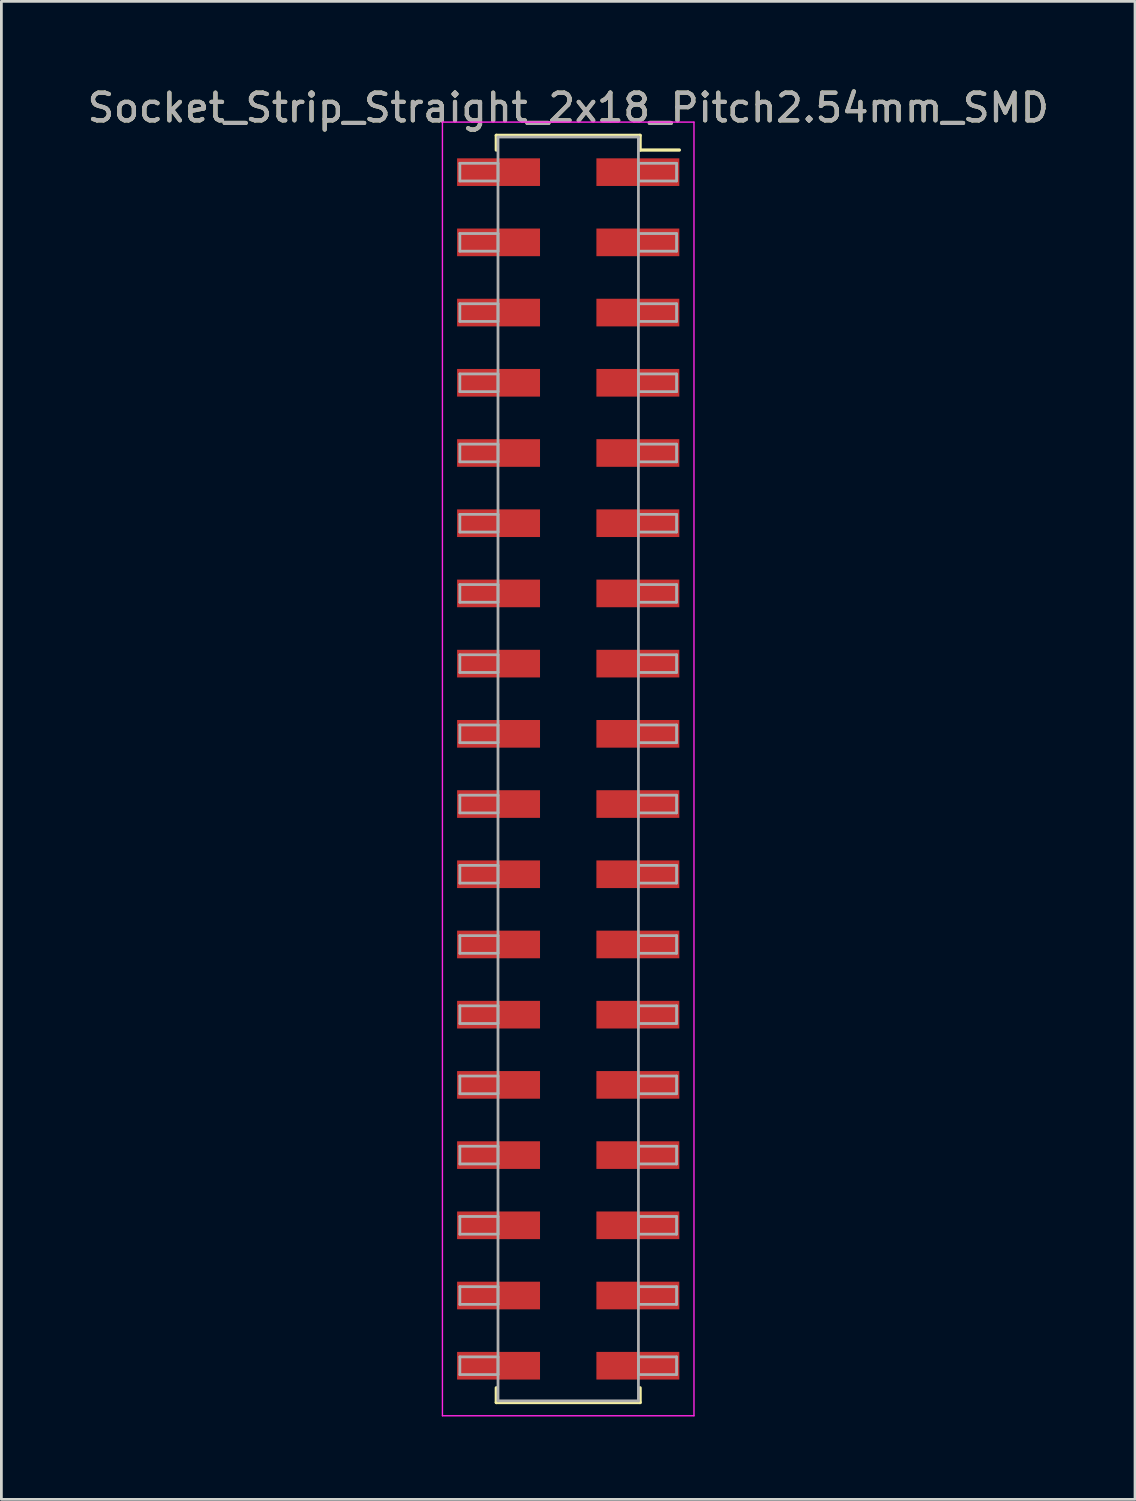
<source format=kicad_pcb>
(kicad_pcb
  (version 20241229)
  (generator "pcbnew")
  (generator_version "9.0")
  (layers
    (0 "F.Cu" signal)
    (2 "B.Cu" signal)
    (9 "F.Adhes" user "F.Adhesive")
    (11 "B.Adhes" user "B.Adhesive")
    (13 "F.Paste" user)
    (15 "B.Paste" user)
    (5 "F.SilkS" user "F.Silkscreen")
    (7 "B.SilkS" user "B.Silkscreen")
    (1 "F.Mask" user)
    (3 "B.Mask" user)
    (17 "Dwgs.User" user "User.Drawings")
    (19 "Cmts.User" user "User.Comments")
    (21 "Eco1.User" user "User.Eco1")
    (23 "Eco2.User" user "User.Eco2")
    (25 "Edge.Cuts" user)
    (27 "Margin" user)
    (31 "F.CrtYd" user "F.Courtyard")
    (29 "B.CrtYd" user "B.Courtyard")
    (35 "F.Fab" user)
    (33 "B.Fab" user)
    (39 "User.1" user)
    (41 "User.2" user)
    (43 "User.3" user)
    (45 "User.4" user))
  (footprint "Socket_Strip_Straight_2x18_Pitch2.54mm_SMD"
    (layer "F.Cu")
    (at 17.506 24.768)
    (property "Reference" "Socket_Strip_Straight_2x18_Pitch2.54mm_SMD" (at 0 -23.92 0) (layer "F.SilkS") (effects (font (size 1 1) (thickness 0.15))))
    (attr smd)
    (fp_line (start -2.6 -22.92) (end 2.6 -22.92) (stroke (width 0.12) (type solid)) (layer "F.SilkS"))
    (fp_line (start -2.6 -22.39) (end -2.6 -22.92) (stroke (width 0.12) (type solid)) (layer "F.SilkS"))
    (fp_line (start -2.6 22.39) (end -2.6 22.92) (stroke (width 0.12) (type solid)) (layer "F.SilkS"))
    (fp_line (start -2.6 22.92) (end 2.6 22.92) (stroke (width 0.12) (type solid)) (layer "F.SilkS"))
    (fp_line (start 2.6 -22.92) (end 2.6 -22.39) (stroke (width 0.12) (type solid)) (layer "F.SilkS"))
    (fp_line (start 2.6 22.92) (end 2.6 22.39) (stroke (width 0.12) (type solid)) (layer "F.SilkS"))
    (fp_line (start 4.02 -22.39) (end 2.6 -22.39) (stroke (width 0.12) (type solid)) (layer "F.SilkS"))
    (fp_line (start -4.55 -23.4) (end -4.55 23.4) (stroke (width 0.05) (type solid)) (layer "F.CrtYd"))
    (fp_line (start -4.55 23.4) (end 4.55 23.4) (stroke (width 0.05) (type solid)) (layer "F.CrtYd"))
    (fp_line (start 4.55 -23.4) (end -4.55 -23.4) (stroke (width 0.05) (type solid)) (layer "F.CrtYd"))
    (fp_line (start 4.55 23.4) (end 4.55 -23.4) (stroke (width 0.05) (type solid)) (layer "F.CrtYd"))
    (fp_line (start -3.92 -21.91) (end -2.54 -21.91) (stroke (width 0.1) (type solid)) (layer "F.Fab"))
    (fp_line (start -3.92 -21.27) (end -3.92 -21.91) (stroke (width 0.1) (type solid)) (layer "F.Fab"))
    (fp_line (start -3.92 -19.37) (end -2.54 -19.37) (stroke (width 0.1) (type solid)) (layer "F.Fab"))
    (fp_line (start -3.92 -18.73) (end -3.92 -19.37) (stroke (width 0.1) (type solid)) (layer "F.Fab"))
    (fp_line (start -3.92 -16.83) (end -2.54 -16.83) (stroke (width 0.1) (type solid)) (layer "F.Fab"))
    (fp_line (start -3.92 -16.19) (end -3.92 -16.83) (stroke (width 0.1) (type solid)) (layer "F.Fab"))
    (fp_line (start -3.92 -14.29) (end -2.54 -14.29) (stroke (width 0.1) (type solid)) (layer "F.Fab"))
    (fp_line (start -3.92 -13.65) (end -3.92 -14.29) (stroke (width 0.1) (type solid)) (layer "F.Fab"))
    (fp_line (start -3.92 -11.75) (end -2.54 -11.75) (stroke (width 0.1) (type solid)) (layer "F.Fab"))
    (fp_line (start -3.92 -11.11) (end -3.92 -11.75) (stroke (width 0.1) (type solid)) (layer "F.Fab"))
    (fp_line (start -3.92 -9.21) (end -2.54 -9.21) (stroke (width 0.1) (type solid)) (layer "F.Fab"))
    (fp_line (start -3.92 -8.57) (end -3.92 -9.21) (stroke (width 0.1) (type solid)) (layer "F.Fab"))
    (fp_line (start -3.92 -6.67) (end -2.54 -6.67) (stroke (width 0.1) (type solid)) (layer "F.Fab"))
    (fp_line (start -3.92 -6.03) (end -3.92 -6.67) (stroke (width 0.1) (type solid)) (layer "F.Fab"))
    (fp_line (start -3.92 -4.13) (end -2.54 -4.13) (stroke (width 0.1) (type solid)) (layer "F.Fab"))
    (fp_line (start -3.92 -3.49) (end -3.92 -4.13) (stroke (width 0.1) (type solid)) (layer "F.Fab"))
    (fp_line (start -3.92 -1.59) (end -2.54 -1.59) (stroke (width 0.1) (type solid)) (layer "F.Fab"))
    (fp_line (start -3.92 -0.95) (end -3.92 -1.59) (stroke (width 0.1) (type solid)) (layer "F.Fab"))
    (fp_line (start -3.92 0.95) (end -2.54 0.95) (stroke (width 0.1) (type solid)) (layer "F.Fab"))
    (fp_line (start -3.92 1.59) (end -3.92 0.95) (stroke (width 0.1) (type solid)) (layer "F.Fab"))
    (fp_line (start -3.92 3.49) (end -2.54 3.49) (stroke (width 0.1) (type solid)) (layer "F.Fab"))
    (fp_line (start -3.92 4.13) (end -3.92 3.49) (stroke (width 0.1) (type solid)) (layer "F.Fab"))
    (fp_line (start -3.92 6.03) (end -2.54 6.03) (stroke (width 0.1) (type solid)) (layer "F.Fab"))
    (fp_line (start -3.92 6.67) (end -3.92 6.03) (stroke (width 0.1) (type solid)) (layer "F.Fab"))
    (fp_line (start -3.92 8.57) (end -2.54 8.57) (stroke (width 0.1) (type solid)) (layer "F.Fab"))
    (fp_line (start -3.92 9.21) (end -3.92 8.57) (stroke (width 0.1) (type solid)) (layer "F.Fab"))
    (fp_line (start -3.92 11.11) (end -2.54 11.11) (stroke (width 0.1) (type solid)) (layer "F.Fab"))
    (fp_line (start -3.92 11.75) (end -3.92 11.11) (stroke (width 0.1) (type solid)) (layer "F.Fab"))
    (fp_line (start -3.92 13.65) (end -2.54 13.65) (stroke (width 0.1) (type solid)) (layer "F.Fab"))
    (fp_line (start -3.92 14.29) (end -3.92 13.65) (stroke (width 0.1) (type solid)) (layer "F.Fab"))
    (fp_line (start -3.92 16.19) (end -2.54 16.19) (stroke (width 0.1) (type solid)) (layer "F.Fab"))
    (fp_line (start -3.92 16.83) (end -3.92 16.19) (stroke (width 0.1) (type solid)) (layer "F.Fab"))
    (fp_line (start -3.92 18.73) (end -2.54 18.73) (stroke (width 0.1) (type solid)) (layer "F.Fab"))
    (fp_line (start -3.92 19.37) (end -3.92 18.73) (stroke (width 0.1) (type solid)) (layer "F.Fab"))
    (fp_line (start -3.92 21.27) (end -2.54 21.27) (stroke (width 0.1) (type solid)) (layer "F.Fab"))
    (fp_line (start -3.92 21.91) (end -3.92 21.27) (stroke (width 0.1) (type solid)) (layer "F.Fab"))
    (fp_line (start -2.54 -22.86) (end -2.54 22.86) (stroke (width 0.1) (type solid)) (layer "F.Fab"))
    (fp_line (start -2.54 -21.91) (end -2.54 -21.27) (stroke (width 0.1) (type solid)) (layer "F.Fab"))
    (fp_line (start -2.54 -21.27) (end -3.92 -21.27) (stroke (width 0.1) (type solid)) (layer "F.Fab"))
    (fp_line (start -2.54 -19.37) (end -2.54 -18.73) (stroke (width 0.1) (type solid)) (layer "F.Fab"))
    (fp_line (start -2.54 -18.73) (end -3.92 -18.73) (stroke (width 0.1) (type solid)) (layer "F.Fab"))
    (fp_line (start -2.54 -16.83) (end -2.54 -16.19) (stroke (width 0.1) (type solid)) (layer "F.Fab"))
    (fp_line (start -2.54 -16.19) (end -3.92 -16.19) (stroke (width 0.1) (type solid)) (layer "F.Fab"))
    (fp_line (start -2.54 -14.29) (end -2.54 -13.65) (stroke (width 0.1) (type solid)) (layer "F.Fab"))
    (fp_line (start -2.54 -13.65) (end -3.92 -13.65) (stroke (width 0.1) (type solid)) (layer "F.Fab"))
    (fp_line (start -2.54 -11.75) (end -2.54 -11.11) (stroke (width 0.1) (type solid)) (layer "F.Fab"))
    (fp_line (start -2.54 -11.11) (end -3.92 -11.11) (stroke (width 0.1) (type solid)) (layer "F.Fab"))
    (fp_line (start -2.54 -9.21) (end -2.54 -8.57) (stroke (width 0.1) (type solid)) (layer "F.Fab"))
    (fp_line (start -2.54 -8.57) (end -3.92 -8.57) (stroke (width 0.1) (type solid)) (layer "F.Fab"))
    (fp_line (start -2.54 -6.67) (end -2.54 -6.03) (stroke (width 0.1) (type solid)) (layer "F.Fab"))
    (fp_line (start -2.54 -6.03) (end -3.92 -6.03) (stroke (width 0.1) (type solid)) (layer "F.Fab"))
    (fp_line (start -2.54 -4.13) (end -2.54 -3.49) (stroke (width 0.1) (type solid)) (layer "F.Fab"))
    (fp_line (start -2.54 -3.49) (end -3.92 -3.49) (stroke (width 0.1) (type solid)) (layer "F.Fab"))
    (fp_line (start -2.54 -1.59) (end -2.54 -0.95) (stroke (width 0.1) (type solid)) (layer "F.Fab"))
    (fp_line (start -2.54 -0.95) (end -3.92 -0.95) (stroke (width 0.1) (type solid)) (layer "F.Fab"))
    (fp_line (start -2.54 0.95) (end -2.54 1.59) (stroke (width 0.1) (type solid)) (layer "F.Fab"))
    (fp_line (start -2.54 1.59) (end -3.92 1.59) (stroke (width 0.1) (type solid)) (layer "F.Fab"))
    (fp_line (start -2.54 3.49) (end -2.54 4.13) (stroke (width 0.1) (type solid)) (layer "F.Fab"))
    (fp_line (start -2.54 4.13) (end -3.92 4.13) (stroke (width 0.1) (type solid)) (layer "F.Fab"))
    (fp_line (start -2.54 6.03) (end -2.54 6.67) (stroke (width 0.1) (type solid)) (layer "F.Fab"))
    (fp_line (start -2.54 6.67) (end -3.92 6.67) (stroke (width 0.1) (type solid)) (layer "F.Fab"))
    (fp_line (start -2.54 8.57) (end -2.54 9.21) (stroke (width 0.1) (type solid)) (layer "F.Fab"))
    (fp_line (start -2.54 9.21) (end -3.92 9.21) (stroke (width 0.1) (type solid)) (layer "F.Fab"))
    (fp_line (start -2.54 11.11) (end -2.54 11.75) (stroke (width 0.1) (type solid)) (layer "F.Fab"))
    (fp_line (start -2.54 11.75) (end -3.92 11.75) (stroke (width 0.1) (type solid)) (layer "F.Fab"))
    (fp_line (start -2.54 13.65) (end -2.54 14.29) (stroke (width 0.1) (type solid)) (layer "F.Fab"))
    (fp_line (start -2.54 14.29) (end -3.92 14.29) (stroke (width 0.1) (type solid)) (layer "F.Fab"))
    (fp_line (start -2.54 16.19) (end -2.54 16.83) (stroke (width 0.1) (type solid)) (layer "F.Fab"))
    (fp_line (start -2.54 16.83) (end -3.92 16.83) (stroke (width 0.1) (type solid)) (layer "F.Fab"))
    (fp_line (start -2.54 18.73) (end -2.54 19.37) (stroke (width 0.1) (type solid)) (layer "F.Fab"))
    (fp_line (start -2.54 19.37) (end -3.92 19.37) (stroke (width 0.1) (type solid)) (layer "F.Fab"))
    (fp_line (start -2.54 21.27) (end -2.54 21.91) (stroke (width 0.1) (type solid)) (layer "F.Fab"))
    (fp_line (start -2.54 21.91) (end -3.92 21.91) (stroke (width 0.1) (type solid)) (layer "F.Fab"))
    (fp_line (start -2.54 22.86) (end 2.54 22.86) (stroke (width 0.1) (type solid)) (layer "F.Fab"))
    (fp_line (start 2.54 -22.86) (end -2.54 -22.86) (stroke (width 0.1) (type solid)) (layer "F.Fab"))
    (fp_line (start 2.54 -21.91) (end 2.54 -21.27) (stroke (width 0.1) (type solid)) (layer "F.Fab"))
    (fp_line (start 2.54 -21.27) (end 3.92 -21.27) (stroke (width 0.1) (type solid)) (layer "F.Fab"))
    (fp_line (start 2.54 -19.37) (end 2.54 -18.73) (stroke (width 0.1) (type solid)) (layer "F.Fab"))
    (fp_line (start 2.54 -18.73) (end 3.92 -18.73) (stroke (width 0.1) (type solid)) (layer "F.Fab"))
    (fp_line (start 2.54 -16.83) (end 2.54 -16.19) (stroke (width 0.1) (type solid)) (layer "F.Fab"))
    (fp_line (start 2.54 -16.19) (end 3.92 -16.19) (stroke (width 0.1) (type solid)) (layer "F.Fab"))
    (fp_line (start 2.54 -14.29) (end 2.54 -13.65) (stroke (width 0.1) (type solid)) (layer "F.Fab"))
    (fp_line (start 2.54 -13.65) (end 3.92 -13.65) (stroke (width 0.1) (type solid)) (layer "F.Fab"))
    (fp_line (start 2.54 -11.75) (end 2.54 -11.11) (stroke (width 0.1) (type solid)) (layer "F.Fab"))
    (fp_line (start 2.54 -11.11) (end 3.92 -11.11) (stroke (width 0.1) (type solid)) (layer "F.Fab"))
    (fp_line (start 2.54 -9.21) (end 2.54 -8.57) (stroke (width 0.1) (type solid)) (layer "F.Fab"))
    (fp_line (start 2.54 -8.57) (end 3.92 -8.57) (stroke (width 0.1) (type solid)) (layer "F.Fab"))
    (fp_line (start 2.54 -6.67) (end 2.54 -6.03) (stroke (width 0.1) (type solid)) (layer "F.Fab"))
    (fp_line (start 2.54 -6.03) (end 3.92 -6.03) (stroke (width 0.1) (type solid)) (layer "F.Fab"))
    (fp_line (start 2.54 -4.13) (end 2.54 -3.49) (stroke (width 0.1) (type solid)) (layer "F.Fab"))
    (fp_line (start 2.54 -3.49) (end 3.92 -3.49) (stroke (width 0.1) (type solid)) (layer "F.Fab"))
    (fp_line (start 2.54 -1.59) (end 2.54 -0.95) (stroke (width 0.1) (type solid)) (layer "F.Fab"))
    (fp_line (start 2.54 -0.95) (end 3.92 -0.95) (stroke (width 0.1) (type solid)) (layer "F.Fab"))
    (fp_line (start 2.54 0.95) (end 2.54 1.59) (stroke (width 0.1) (type solid)) (layer "F.Fab"))
    (fp_line (start 2.54 1.59) (end 3.92 1.59) (stroke (width 0.1) (type solid)) (layer "F.Fab"))
    (fp_line (start 2.54 3.49) (end 2.54 4.13) (stroke (width 0.1) (type solid)) (layer "F.Fab"))
    (fp_line (start 2.54 4.13) (end 3.92 4.13) (stroke (width 0.1) (type solid)) (layer "F.Fab"))
    (fp_line (start 2.54 6.03) (end 2.54 6.67) (stroke (width 0.1) (type solid)) (layer "F.Fab"))
    (fp_line (start 2.54 6.67) (end 3.92 6.67) (stroke (width 0.1) (type solid)) (layer "F.Fab"))
    (fp_line (start 2.54 8.57) (end 2.54 9.21) (stroke (width 0.1) (type solid)) (layer "F.Fab"))
    (fp_line (start 2.54 9.21) (end 3.92 9.21) (stroke (width 0.1) (type solid)) (layer "F.Fab"))
    (fp_line (start 2.54 11.11) (end 2.54 11.75) (stroke (width 0.1) (type solid)) (layer "F.Fab"))
    (fp_line (start 2.54 11.75) (end 3.92 11.75) (stroke (width 0.1) (type solid)) (layer "F.Fab"))
    (fp_line (start 2.54 13.65) (end 2.54 14.29) (stroke (width 0.1) (type solid)) (layer "F.Fab"))
    (fp_line (start 2.54 14.29) (end 3.92 14.29) (stroke (width 0.1) (type solid)) (layer "F.Fab"))
    (fp_line (start 2.54 16.19) (end 2.54 16.83) (stroke (width 0.1) (type solid)) (layer "F.Fab"))
    (fp_line (start 2.54 16.83) (end 3.92 16.83) (stroke (width 0.1) (type solid)) (layer "F.Fab"))
    (fp_line (start 2.54 18.73) (end 2.54 19.37) (stroke (width 0.1) (type solid)) (layer "F.Fab"))
    (fp_line (start 2.54 19.37) (end 3.92 19.37) (stroke (width 0.1) (type solid)) (layer "F.Fab"))
    (fp_line (start 2.54 21.27) (end 2.54 21.91) (stroke (width 0.1) (type solid)) (layer "F.Fab"))
    (fp_line (start 2.54 21.91) (end 3.92 21.91) (stroke (width 0.1) (type solid)) (layer "F.Fab"))
    (fp_line (start 2.54 22.86) (end 2.54 -22.86) (stroke (width 0.1) (type solid)) (layer "F.Fab"))
    (fp_line (start 3.92 -21.91) (end 2.54 -21.91) (stroke (width 0.1) (type solid)) (layer "F.Fab"))
    (fp_line (start 3.92 -21.27) (end 3.92 -21.91) (stroke (width 0.1) (type solid)) (layer "F.Fab"))
    (fp_line (start 3.92 -19.37) (end 2.54 -19.37) (stroke (width 0.1) (type solid)) (layer "F.Fab"))
    (fp_line (start 3.92 -18.73) (end 3.92 -19.37) (stroke (width 0.1) (type solid)) (layer "F.Fab"))
    (fp_line (start 3.92 -16.83) (end 2.54 -16.83) (stroke (width 0.1) (type solid)) (layer "F.Fab"))
    (fp_line (start 3.92 -16.19) (end 3.92 -16.83) (stroke (width 0.1) (type solid)) (layer "F.Fab"))
    (fp_line (start 3.92 -14.29) (end 2.54 -14.29) (stroke (width 0.1) (type solid)) (layer "F.Fab"))
    (fp_line (start 3.92 -13.65) (end 3.92 -14.29) (stroke (width 0.1) (type solid)) (layer "F.Fab"))
    (fp_line (start 3.92 -11.75) (end 2.54 -11.75) (stroke (width 0.1) (type solid)) (layer "F.Fab"))
    (fp_line (start 3.92 -11.11) (end 3.92 -11.75) (stroke (width 0.1) (type solid)) (layer "F.Fab"))
    (fp_line (start 3.92 -9.21) (end 2.54 -9.21) (stroke (width 0.1) (type solid)) (layer "F.Fab"))
    (fp_line (start 3.92 -8.57) (end 3.92 -9.21) (stroke (width 0.1) (type solid)) (layer "F.Fab"))
    (fp_line (start 3.92 -6.67) (end 2.54 -6.67) (stroke (width 0.1) (type solid)) (layer "F.Fab"))
    (fp_line (start 3.92 -6.03) (end 3.92 -6.67) (stroke (width 0.1) (type solid)) (layer "F.Fab"))
    (fp_line (start 3.92 -4.13) (end 2.54 -4.13) (stroke (width 0.1) (type solid)) (layer "F.Fab"))
    (fp_line (start 3.92 -3.49) (end 3.92 -4.13) (stroke (width 0.1) (type solid)) (layer "F.Fab"))
    (fp_line (start 3.92 -1.59) (end 2.54 -1.59) (stroke (width 0.1) (type solid)) (layer "F.Fab"))
    (fp_line (start 3.92 -0.95) (end 3.92 -1.59) (stroke (width 0.1) (type solid)) (layer "F.Fab"))
    (fp_line (start 3.92 0.95) (end 2.54 0.95) (stroke (width 0.1) (type solid)) (layer "F.Fab"))
    (fp_line (start 3.92 1.59) (end 3.92 0.95) (stroke (width 0.1) (type solid)) (layer "F.Fab"))
    (fp_line (start 3.92 3.49) (end 2.54 3.49) (stroke (width 0.1) (type solid)) (layer "F.Fab"))
    (fp_line (start 3.92 4.13) (end 3.92 3.49) (stroke (width 0.1) (type solid)) (layer "F.Fab"))
    (fp_line (start 3.92 6.03) (end 2.54 6.03) (stroke (width 0.1) (type solid)) (layer "F.Fab"))
    (fp_line (start 3.92 6.67) (end 3.92 6.03) (stroke (width 0.1) (type solid)) (layer "F.Fab"))
    (fp_line (start 3.92 8.57) (end 2.54 8.57) (stroke (width 0.1) (type solid)) (layer "F.Fab"))
    (fp_line (start 3.92 9.21) (end 3.92 8.57) (stroke (width 0.1) (type solid)) (layer "F.Fab"))
    (fp_line (start 3.92 11.11) (end 2.54 11.11) (stroke (width 0.1) (type solid)) (layer "F.Fab"))
    (fp_line (start 3.92 11.75) (end 3.92 11.11) (stroke (width 0.1) (type solid)) (layer "F.Fab"))
    (fp_line (start 3.92 13.65) (end 2.54 13.65) (stroke (width 0.1) (type solid)) (layer "F.Fab"))
    (fp_line (start 3.92 14.29) (end 3.92 13.65) (stroke (width 0.1) (type solid)) (layer "F.Fab"))
    (fp_line (start 3.92 16.19) (end 2.54 16.19) (stroke (width 0.1) (type solid)) (layer "F.Fab"))
    (fp_line (start 3.92 16.83) (end 3.92 16.19) (stroke (width 0.1) (type solid)) (layer "F.Fab"))
    (fp_line (start 3.92 18.73) (end 2.54 18.73) (stroke (width 0.1) (type solid)) (layer "F.Fab"))
    (fp_line (start 3.92 19.37) (end 3.92 18.73) (stroke (width 0.1) (type solid)) (layer "F.Fab"))
    (fp_line (start 3.92 21.27) (end 2.54 21.27) (stroke (width 0.1) (type solid)) (layer "F.Fab"))
    (fp_line (start 3.92 21.91) (end 3.92 21.27) (stroke (width 0.1) (type solid)) (layer "F.Fab"))
    (fp_text user "${REFERENCE}" (at 0 -23.92 0) (layer "F.Fab") (effects (font (size 1 1) (thickness 0.15))))
    (pad "1" smd rect (at 2.52 -21.59) (size 3 1) (layers "F.Cu" "F.Mask" "F.Paste"))
    (pad "2" smd rect (at -2.52 -21.59) (size 3 1) (layers "F.Cu" "F.Mask" "F.Paste"))
    (pad "3" smd rect (at 2.52 -19.05) (size 3 1) (layers "F.Cu" "F.Mask" "F.Paste"))
    (pad "4" smd rect (at -2.52 -19.05) (size 3 1) (layers "F.Cu" "F.Mask" "F.Paste"))
    (pad "5" smd rect (at 2.52 -16.51) (size 3 1) (layers "F.Cu" "F.Mask" "F.Paste"))
    (pad "6" smd rect (at -2.52 -16.51) (size 3 1) (layers "F.Cu" "F.Mask" "F.Paste"))
    (pad "7" smd rect (at 2.52 -13.97) (size 3 1) (layers "F.Cu" "F.Mask" "F.Paste"))
    (pad "8" smd rect (at -2.52 -13.97) (size 3 1) (layers "F.Cu" "F.Mask" "F.Paste"))
    (pad "9" smd rect (at 2.52 -11.43) (size 3 1) (layers "F.Cu" "F.Mask" "F.Paste"))
    (pad "10" smd rect (at -2.52 -11.43) (size 3 1) (layers "F.Cu" "F.Mask" "F.Paste"))
    (pad "11" smd rect (at 2.52 -8.89) (size 3 1) (layers "F.Cu" "F.Mask" "F.Paste"))
    (pad "12" smd rect (at -2.52 -8.89) (size 3 1) (layers "F.Cu" "F.Mask" "F.Paste"))
    (pad "13" smd rect (at 2.52 -6.35) (size 3 1) (layers "F.Cu" "F.Mask" "F.Paste"))
    (pad "14" smd rect (at -2.52 -6.35) (size 3 1) (layers "F.Cu" "F.Mask" "F.Paste"))
    (pad "15" smd rect (at 2.52 -3.81) (size 3 1) (layers "F.Cu" "F.Mask" "F.Paste"))
    (pad "16" smd rect (at -2.52 -3.81) (size 3 1) (layers "F.Cu" "F.Mask" "F.Paste"))
    (pad "17" smd rect (at 2.52 -1.27) (size 3 1) (layers "F.Cu" "F.Mask" "F.Paste"))
    (pad "18" smd rect (at -2.52 -1.27) (size 3 1) (layers "F.Cu" "F.Mask" "F.Paste"))
    (pad "19" smd rect (at 2.52 1.27) (size 3 1) (layers "F.Cu" "F.Mask" "F.Paste"))
    (pad "20" smd rect (at -2.52 1.27) (size 3 1) (layers "F.Cu" "F.Mask" "F.Paste"))
    (pad "21" smd rect (at 2.52 3.81) (size 3 1) (layers "F.Cu" "F.Mask" "F.Paste"))
    (pad "22" smd rect (at -2.52 3.81) (size 3 1) (layers "F.Cu" "F.Mask" "F.Paste"))
    (pad "23" smd rect (at 2.52 6.35) (size 3 1) (layers "F.Cu" "F.Mask" "F.Paste"))
    (pad "24" smd rect (at -2.52 6.35) (size 3 1) (layers "F.Cu" "F.Mask" "F.Paste"))
    (pad "25" smd rect (at 2.52 8.89) (size 3 1) (layers "F.Cu" "F.Mask" "F.Paste"))
    (pad "26" smd rect (at -2.52 8.89) (size 3 1) (layers "F.Cu" "F.Mask" "F.Paste"))
    (pad "27" smd rect (at 2.52 11.43) (size 3 1) (layers "F.Cu" "F.Mask" "F.Paste"))
    (pad "28" smd rect (at -2.52 11.43) (size 3 1) (layers "F.Cu" "F.Mask" "F.Paste"))
    (pad "29" smd rect (at 2.52 13.97) (size 3 1) (layers "F.Cu" "F.Mask" "F.Paste"))
    (pad "30" smd rect (at -2.52 13.97) (size 3 1) (layers "F.Cu" "F.Mask" "F.Paste"))
    (pad "31" smd rect (at 2.52 16.51) (size 3 1) (layers "F.Cu" "F.Mask" "F.Paste"))
    (pad "32" smd rect (at -2.52 16.51) (size 3 1) (layers "F.Cu" "F.Mask" "F.Paste"))
    (pad "33" smd rect (at 2.52 19.05) (size 3 1) (layers "F.Cu" "F.Mask" "F.Paste"))
    (pad "34" smd rect (at -2.52 19.05) (size 3 1) (layers "F.Cu" "F.Mask" "F.Paste"))
    (pad "35" smd rect (at 2.52 21.59) (size 3 1) (layers "F.Cu" "F.Mask" "F.Paste"))
    (pad "36" smd rect (at -2.52 21.59) (size 3 1) (layers "F.Cu" "F.Mask" "F.Paste")))
  (gr_rect
    (start -3 -3)
    (end 38.012 51.193)
    (stroke (width 0.1) (type default))
    (fill no)
    (layer "Edge.Cuts")))
</source>
